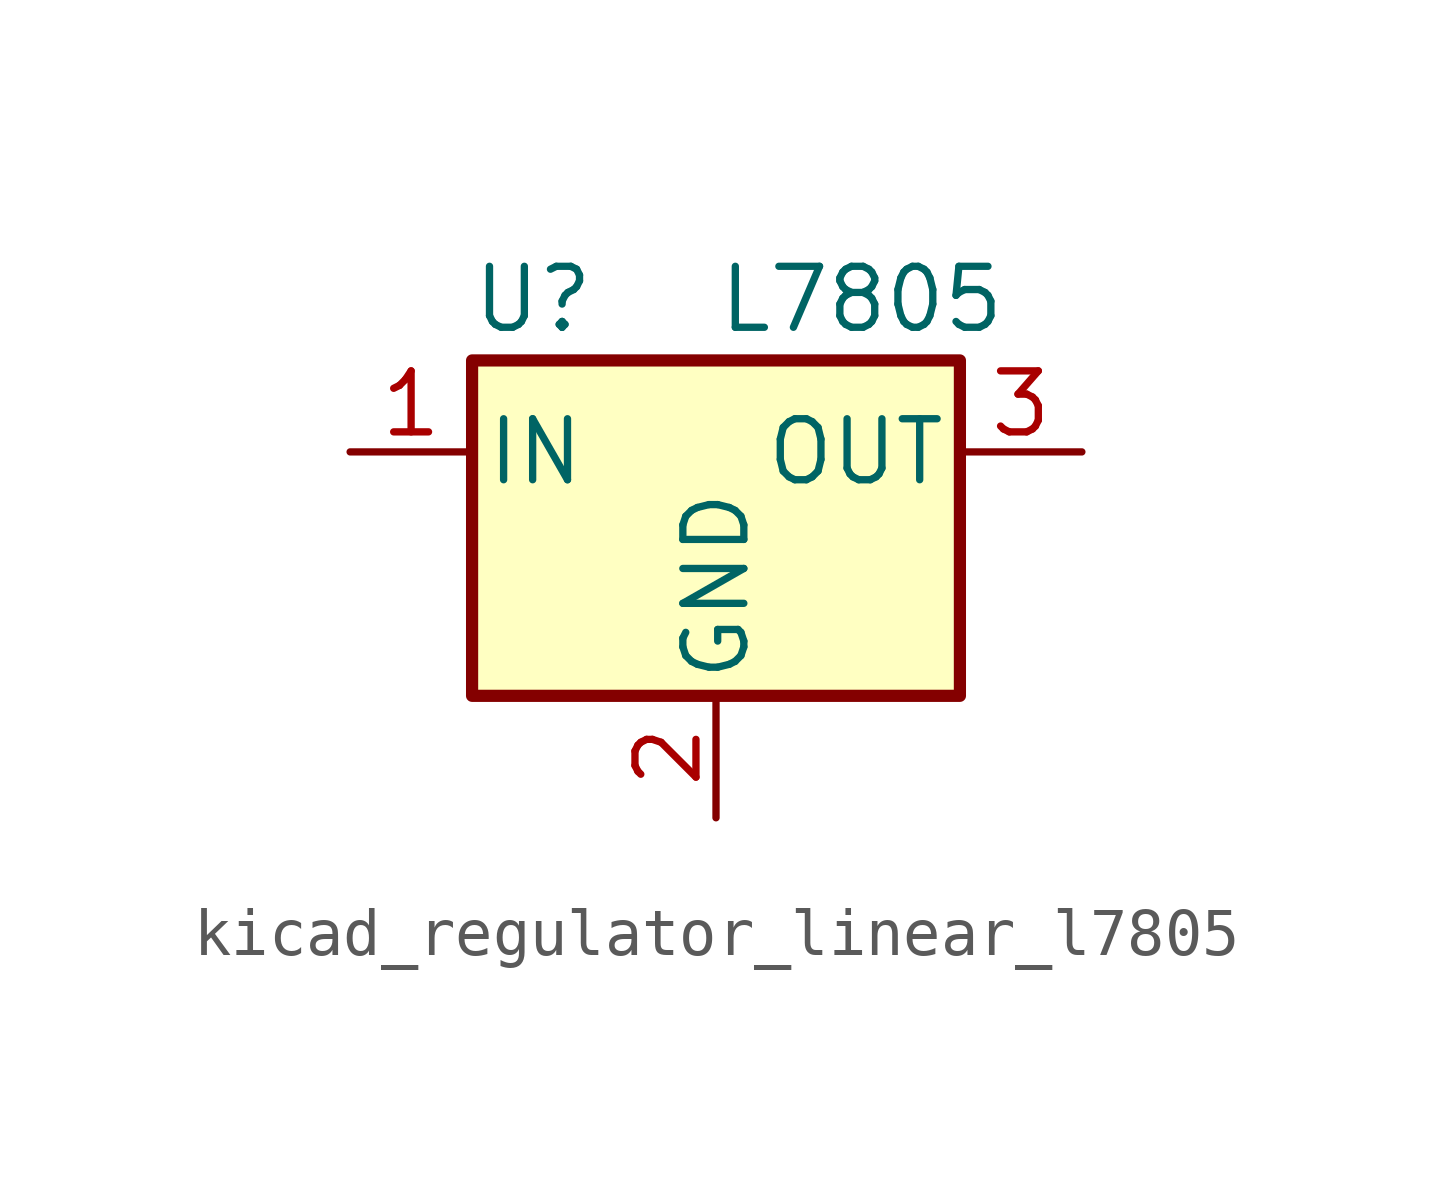
<source format=kicad_sym>
(kicad_symbol_lib
  (version 20220914)
  (generator kicad_symbol_editor)
  (symbol "kicad_regulator_linear_l7805"
    (pin_names
      (offset 0.254))
    (property "Reference" "U"
      (at -3.81 3.175 0)
      (effects (font (size 1.27 1.27))))
    (property "Value" "L7805"
      (at 0 3.175 0)
      (effects (font (size 1.27 1.27)) (justify left)))
    (symbol "kicad_regulator_linear_l7805_0_1"
      (rectangle (start -5.08 1.905) (end 5.08 -5.08) (stroke (width 0.254) (type default)) (fill (type background))))
    (symbol "kicad_regulator_linear_l7805_1_1"
      (pin power_in line (at -7.62 0 0) (length 2.54) (name "IN" (effects (font (size 1.27 1.27)))) (number "1" (effects (font (size 1.27 1.27)))))
      (pin power_in line (at 0 -7.62 90) (length 2.54) (name "GND" (effects (font (size 1.27 1.27)))) (number "2" (effects (font (size 1.27 1.27)))))
      (pin power_out line (at 7.62 0 180) (length 2.54) (name "OUT" (effects (font (size 1.27 1.27)))) (number "3" (effects (font (size 1.27 1.27))))))))
</source>
